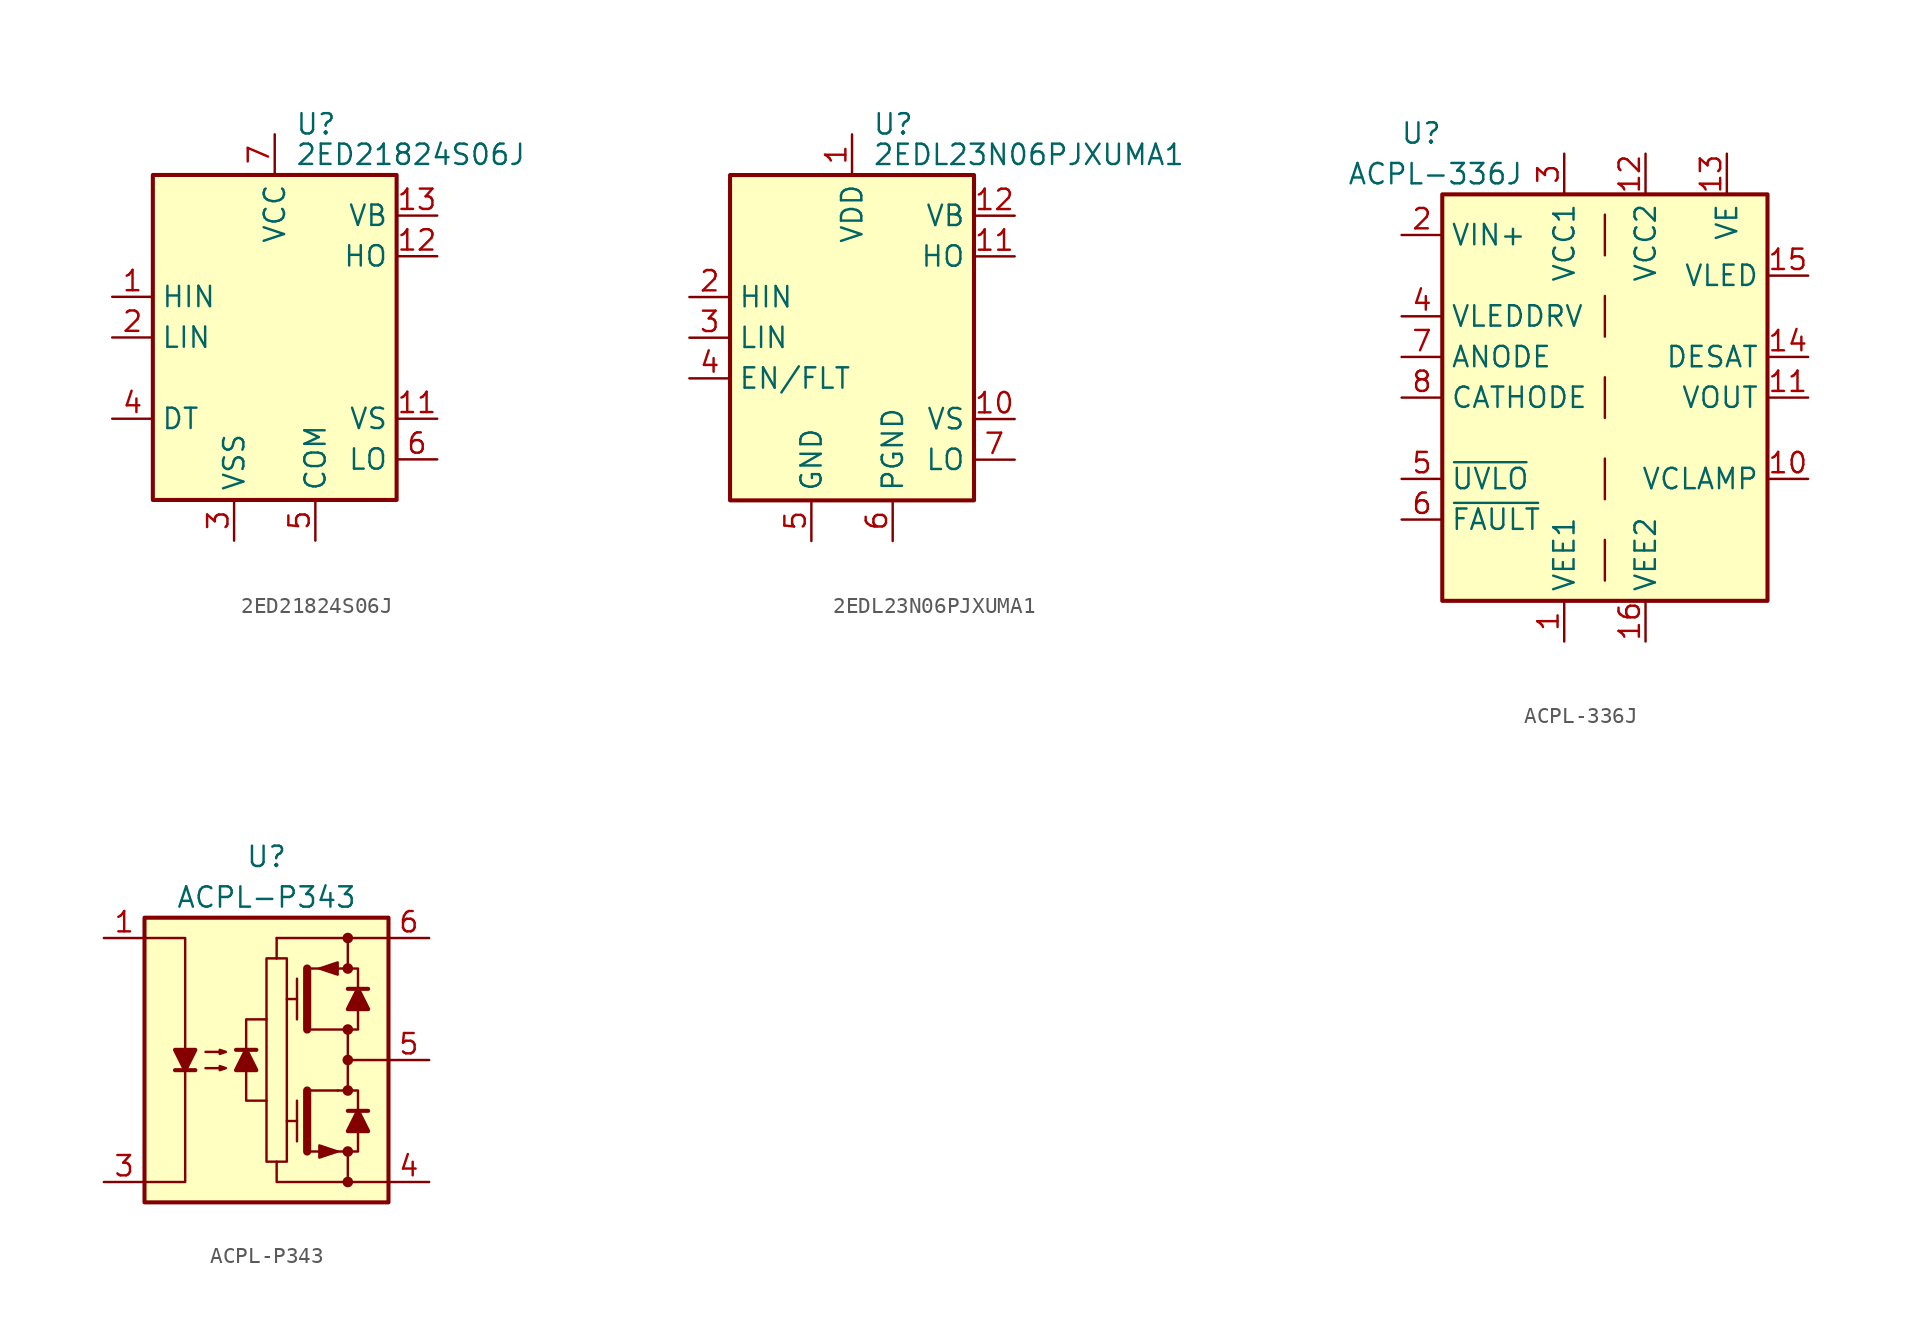
<source format=kicad_sym>
(kicad_symbol_lib
  (version 20201005)
  (generator kicad_symbol_editor)
  (symbol "Driver_FET:2ED21824S06J"
    (property "Reference" "U"
      (at 1.27 13.335 0)
      (effects (font (size 1.27 1.27)) (justify left)))
    (property "Value" "2ED21824S06J"
      (at 1.27 11.43 0)
      (effects (font (size 1.27 1.27)) (justify left)))
    (symbol "2ED21824S06J_0_1"
      (rectangle (start -7.62 -10.16) (end 7.62 10.16) (stroke (width 0.254)) (fill (type background))))
    (symbol "2ED21824S06J_1_1"
      (pin input line (at -10.16 2.54 0) (length 2.54) (name "HIN" (effects (font (size 1.27 1.27)))) (number "1" (effects (font (size 1.27 1.27)))))
      (pin no_connect line (at 7.62 -2.54 180) (length 2.54) hide (name "NC" (effects (font (size 1.27 1.27)))) (number "10" (effects (font (size 1.27 1.27)))))
      (pin passive line (at 10.16 -5.08 180) (length 2.54) (name "VS" (effects (font (size 1.27 1.27)))) (number "11" (effects (font (size 1.27 1.27)))))
      (pin output line (at 10.16 5.08 180) (length 2.54) (name "HO" (effects (font (size 1.27 1.27)))) (number "12" (effects (font (size 1.27 1.27)))))
      (pin passive line (at 10.16 7.62 180) (length 2.54) (name "VB" (effects (font (size 1.27 1.27)))) (number "13" (effects (font (size 1.27 1.27)))))
      (pin no_connect line (at 7.62 2.54 180) (length 2.54) hide (name "NC" (effects (font (size 1.27 1.27)))) (number "14" (effects (font (size 1.27 1.27)))))
      (pin input line (at -10.16 0 0) (length 2.54) (name "LIN" (effects (font (size 1.27 1.27)))) (number "2" (effects (font (size 1.27 1.27)))))
      (pin power_in line (at -2.54 -12.7 90) (length 2.54) (name "VSS" (effects (font (size 1.27 1.27)))) (number "3" (effects (font (size 1.27 1.27)))))
      (pin passive line (at -10.16 -5.08 0) (length 2.54) (name "DT" (effects (font (size 1.27 1.27)))) (number "4" (effects (font (size 1.27 1.27)))))
      (pin power_in line (at 2.54 -12.7 90) (length 2.54) (name "COM" (effects (font (size 1.27 1.27)))) (number "5" (effects (font (size 1.27 1.27)))))
      (pin output line (at 10.16 -7.62 180) (length 2.54) (name "LO" (effects (font (size 1.27 1.27)))) (number "6" (effects (font (size 1.27 1.27)))))
      (pin power_in line (at 0 12.7 270) (length 2.54) (name "VCC" (effects (font (size 1.27 1.27)))) (number "7" (effects (font (size 1.27 1.27)))))
      (pin no_connect line (at -7.62 5.08 0) (length 2.54) hide (name "NC" (effects (font (size 1.27 1.27)))) (number "8" (effects (font (size 1.27 1.27)))))
      (pin no_connect line (at -7.62 -2.54 0) (length 2.54) hide (name "NC" (effects (font (size 1.27 1.27)))) (number "9" (effects (font (size 1.27 1.27)))))))
  (symbol "Driver_FET:2EDL23N06PJXUMA1"
    (property "Reference" "U"
      (at 1.27 13.335 0)
      (effects (font (size 1.27 1.27)) (justify left)))
    (property "Value" "2EDL23N06PJXUMA1"
      (at 1.27 11.43 0)
      (effects (font (size 1.27 1.27)) (justify left)))
    (symbol "2EDL23N06PJXUMA1_0_1"
      (rectangle (start -7.62 -10.16) (end 7.62 10.16) (stroke (width 0.254)) (fill (type background))))
    (symbol "2EDL23N06PJXUMA1_1_1"
      (pin power_in line (at 0 12.7 270) (length 2.54) (name "VDD" (effects (font (size 1.27 1.27)))) (number "1" (effects (font (size 1.27 1.27)))))
      (pin passive line (at 10.16 -5.08 180) (length 2.54) (name "VS" (effects (font (size 1.27 1.27)))) (number "10" (effects (font (size 1.27 1.27)))))
      (pin output line (at 10.16 5.08 180) (length 2.54) (name "HO" (effects (font (size 1.27 1.27)))) (number "11" (effects (font (size 1.27 1.27)))))
      (pin passive line (at 10.16 7.62 180) (length 2.54) (name "VB" (effects (font (size 1.27 1.27)))) (number "12" (effects (font (size 1.27 1.27)))))
      (pin no_connect line (at 7.62 0 180) (length 2.54) hide (name "NC" (effects (font (size 1.27 1.27)))) (number "13" (effects (font (size 1.27 1.27)))))
      (pin no_connect line (at 7.62 2.54 180) (length 2.54) hide (name "NC" (effects (font (size 1.27 1.27)))) (number "14" (effects (font (size 1.27 1.27)))))
      (pin input line (at -10.16 2.54 0) (length 2.54) (name "HIN" (effects (font (size 1.27 1.27)))) (number "2" (effects (font (size 1.27 1.27)))))
      (pin input line (at -10.16 0 0) (length 2.54) (name "LIN" (effects (font (size 1.27 1.27)))) (number "3" (effects (font (size 1.27 1.27)))))
      (pin open_collector line (at -10.16 -2.54 0) (length 2.54) (name "EN/FLT" (effects (font (size 1.27 1.27)))) (number "4" (effects (font (size 1.27 1.27)))))
      (pin power_in line (at -2.54 -12.7 90) (length 2.54) (name "GND" (effects (font (size 1.27 1.27)))) (number "5" (effects (font (size 1.27 1.27)))))
      (pin power_in line (at 2.54 -12.7 90) (length 2.54) (name "PGND" (effects (font (size 1.27 1.27)))) (number "6" (effects (font (size 1.27 1.27)))))
      (pin output line (at 10.16 -7.62 180) (length 2.54) (name "LO" (effects (font (size 1.27 1.27)))) (number "7" (effects (font (size 1.27 1.27)))))
      (pin no_connect line (at -7.62 5.08 0) (length 2.54) hide (name "NC" (effects (font (size 1.27 1.27)))) (number "8" (effects (font (size 1.27 1.27)))))
      (pin no_connect line (at -7.62 -5.08 0) (length 2.54) hide (name "NC" (effects (font (size 1.27 1.27)))) (number "9" (effects (font (size 1.27 1.27)))))))
  (symbol "Driver_FET:ACPL-336J"
    (property "Reference" "U"
      (at -10.16 16.51 0)
      (effects (font (size 1.27 1.27)) (justify right)))
    (property "Value" "ACPL-336J"
      (at -5.08 13.97 0)
      (effects (font (size 1.27 1.27)) (justify right)))
    (symbol "ACPL-336J_0_1"
      (rectangle (start -10.16 12.7) (end 10.16 -12.7) (stroke (width 0.254)) (fill (type background)))
      (polyline (pts (xy 0 -11.43) (xy 0 -8.89)) (stroke (width 0)) (fill (type none)))
      (polyline (pts (xy 0 -6.35) (xy 0 -3.81)) (stroke (width 0)) (fill (type none)))
      (polyline (pts (xy 0 -1.27) (xy 0 1.27)) (stroke (width 0)) (fill (type none)))
      (polyline (pts (xy 0 3.81) (xy 0 6.35)) (stroke (width 0)) (fill (type none)))
      (polyline (pts (xy 0 8.89) (xy 0 11.43)) (stroke (width 0)) (fill (type none))))
    (symbol "ACPL-336J_1_1"
      (pin power_in line (at -2.54 -15.24 90) (length 2.54) (name "VEE1" (effects (font (size 1.27 1.27)))) (number "1" (effects (font (size 1.27 1.27)))))
      (pin bidirectional line (at 12.7 -5.08 180) (length 2.54) (name "VCLAMP" (effects (font (size 1.27 1.27)))) (number "10" (effects (font (size 1.27 1.27)))))
      (pin output line (at 12.7 0 180) (length 2.54) (name "VOUT" (effects (font (size 1.27 1.27)))) (number "11" (effects (font (size 1.27 1.27)))))
      (pin power_in line (at 2.54 15.24 270) (length 2.54) (name "VCC2" (effects (font (size 1.27 1.27)))) (number "12" (effects (font (size 1.27 1.27)))))
      (pin power_in line (at 7.62 15.24 270) (length 2.54) (name "VE" (effects (font (size 1.27 1.27)))) (number "13" (effects (font (size 1.27 1.27)))))
      (pin bidirectional line (at 12.7 2.54 180) (length 2.54) (name "DESAT" (effects (font (size 1.27 1.27)))) (number "14" (effects (font (size 1.27 1.27)))))
      (pin output line (at 12.7 7.62 180) (length 2.54) (name "VLED" (effects (font (size 1.27 1.27)))) (number "15" (effects (font (size 1.27 1.27)))))
      (pin power_in line (at 2.54 -15.24 90) (length 2.54) (name "VEE2" (effects (font (size 1.27 1.27)))) (number "16" (effects (font (size 1.27 1.27)))))
      (pin input line (at -12.7 10.16 0) (length 2.54) (name "VIN+" (effects (font (size 1.27 1.27)))) (number "2" (effects (font (size 1.27 1.27)))))
      (pin power_in line (at -2.54 15.24 270) (length 2.54) (name "VCC1" (effects (font (size 1.27 1.27)))) (number "3" (effects (font (size 1.27 1.27)))))
      (pin output line (at -12.7 5.08 0) (length 2.54) (name "VLEDDRV" (effects (font (size 1.27 1.27)))) (number "4" (effects (font (size 1.27 1.27)))))
      (pin open_collector line (at -12.7 -5.08 0) (length 2.54) (name "~UVLO" (effects (font (size 1.27 1.27)))) (number "5" (effects (font (size 1.27 1.27)))))
      (pin open_collector line (at -12.7 -7.62 0) (length 2.54) (name "~FAULT" (effects (font (size 1.27 1.27)))) (number "6" (effects (font (size 1.27 1.27)))))
      (pin passive line (at -12.7 2.54 0) (length 2.54) (name "ANODE" (effects (font (size 1.27 1.27)))) (number "7" (effects (font (size 1.27 1.27)))))
      (pin passive line (at -12.7 0 0) (length 2.54) (name "CATHODE" (effects (font (size 1.27 1.27)))) (number "8" (effects (font (size 1.27 1.27)))))
      (pin passive line (at 2.54 -15.24 90) (length 2.54) hide (name "VEE2" (effects (font (size 1.27 1.27)))) (number "9" (effects (font (size 1.27 1.27)))))))
  (symbol "Driver_FET:ACPL-P343"
    (pin_names hide)
    (property "Reference" "U"
      (at 0 12.7 0)
      (effects (font (size 1.27 1.27))))
    (property "Value" "ACPL-P343"
      (at 0 10.16 0)
      (effects (font (size 1.27 1.27))))
    (symbol "ACPL-P343_0_1"
      (circle (center 5.08 -7.62) (radius 0.254) (stroke (width 0)) (fill (type outline)))
      (circle (center 5.08 -5.715) (radius 0.254) (stroke (width 0)) (fill (type outline)))
      (circle (center 5.08 -1.905) (radius 0.254) (stroke (width 0)) (fill (type outline)))
      (circle (center 5.08 0) (radius 0.254) (stroke (width 0)) (fill (type outline)))
      (circle (center 5.08 1.905) (radius 0.254) (stroke (width 0)) (fill (type outline)))
      (circle (center 5.08 5.715) (radius 0.254) (stroke (width 0)) (fill (type outline)))
      (circle (center 5.08 7.62) (radius 0.254) (stroke (width 0)) (fill (type outline)))
      (rectangle (start -7.62 8.89) (end 7.62 -8.89) (stroke (width 0.254)) (fill (type background)))
      (rectangle (start 0.635 6.35) (end 0.635 6.35) (stroke (width 0)) (fill (type none)))
      (rectangle (start 0.635 6.35) (end 0.635 7.62) (stroke (width 0)) (fill (type none)))
      (polyline (pts (xy -5.715 -0.635) (xy -4.445 -0.635)) (stroke (width 0.254)) (fill (type none)))
      (polyline (pts (xy -0.635 0.635) (xy -1.905 0.635)) (stroke (width 0.254)) (fill (type none)))
      (polyline (pts (xy 1.27 -3.81) (xy 1.905 -3.81)) (stroke (width 0)) (fill (type none)))
      (polyline (pts (xy 1.27 3.81) (xy 1.905 3.81)) (stroke (width 0)) (fill (type none)))
      (polyline (pts (xy 1.905 -5.08) (xy 1.905 -2.54)) (stroke (width 0)) (fill (type none)))
      (polyline (pts (xy 1.905 2.54) (xy 1.905 5.08)) (stroke (width 0)) (fill (type none)))
      (polyline (pts (xy 2.54 -5.715) (xy 2.54 -1.905)) (stroke (width 0.508)) (fill (type none)))
      (polyline (pts (xy 2.54 1.905) (xy 2.54 5.715)) (stroke (width 0.508)) (fill (type none)))
      (polyline (pts (xy 4.445 -1.905) (xy 2.54 -1.905)) (stroke (width 0)) (fill (type none)))
      (polyline (pts (xy 4.445 5.715) (xy 2.54 5.715)) (stroke (width 0)) (fill (type none)))
      (polyline (pts (xy 5.08 -5.715) (xy 5.08 -7.62)) (stroke (width 0)) (fill (type none)))
      (polyline (pts (xy 5.08 0) (xy 7.62 0)) (stroke (width 0)) (fill (type none)))
      (polyline (pts (xy 5.08 1.905) (xy 5.08 -1.905)) (stroke (width 0)) (fill (type none)))
      (polyline (pts (xy 5.08 7.62) (xy 5.08 5.715)) (stroke (width 0)) (fill (type none)))
      (polyline (pts (xy 6.35 -3.175) (xy 5.08 -3.175)) (stroke (width 0.254)) (fill (type none)))
      (polyline (pts (xy 6.35 4.445) (xy 5.08 4.445)) (stroke (width 0.254)) (fill (type none)))
      (polyline (pts (xy 7.62 7.62) (xy 0.635 7.62)) (stroke (width 0)) (fill (type none)))
      (polyline (pts (xy -1.27 -0.635) (xy -1.27 -2.54) (xy 0 -2.54)) (stroke (width 0)) (fill (type none)))
      (polyline (pts (xy -1.27 0.635) (xy -1.27 2.54) (xy 0 2.54)) (stroke (width 0)) (fill (type none)))
      (polyline (pts (xy 0.635 -6.35) (xy 0.635 -7.62) (xy 7.62 -7.62)) (stroke (width 0)) (fill (type none)))
      (polyline (pts (xy 4.445 -1.905) (xy 5.715 -1.905) (xy 5.715 -3.175)) (stroke (width 0)) (fill (type none)))
      (polyline (pts (xy 4.445 5.715) (xy 5.715 5.715) (xy 5.715 4.445)) (stroke (width 0)) (fill (type none)))
      (polyline (pts (xy 5.715 -4.445) (xy 5.715 -5.715) (xy 2.54 -5.715)) (stroke (width 0)) (fill (type none)))
      (polyline (pts (xy 5.715 3.175) (xy 5.715 1.905) (xy 2.54 1.905)) (stroke (width 0)) (fill (type none)))
      (polyline (pts (xy -7.62 7.62) (xy -5.08 7.62) (xy -5.08 -7.62) (xy -7.62 -7.62)) (stroke (width 0)) (fill (type none)))
      (polyline (pts (xy -5.08 -0.635) (xy -5.715 0.635) (xy -4.445 0.635) (xy -5.08 -0.635)) (stroke (width 0.254)) (fill (type outline)))
      (polyline (pts (xy -1.27 0.635) (xy -0.635 -0.635) (xy -1.905 -0.635) (xy -1.27 0.635)) (stroke (width 0.254)) (fill (type outline)))
      (polyline (pts (xy 3.302 5.715) (xy 4.445 6.096) (xy 4.445 5.334) (xy 3.302 5.715)) (stroke (width 0)) (fill (type outline)))
      (polyline (pts (xy 4.445 -5.715) (xy 3.302 -5.334) (xy 3.302 -6.096) (xy 4.445 -5.715)) (stroke (width 0)) (fill (type outline)))
      (polyline (pts (xy 5.715 -3.175) (xy 6.35 -4.445) (xy 5.08 -4.445) (xy 5.715 -3.175)) (stroke (width 0.254)) (fill (type outline)))
      (polyline (pts (xy 5.715 4.445) (xy 6.35 3.175) (xy 5.08 3.175) (xy 5.715 4.445)) (stroke (width 0.254)) (fill (type outline)))
      (polyline (pts (xy -3.81 -0.508) (xy -2.54 -0.508) (xy -2.921 -0.635) (xy -2.921 -0.381) (xy -2.54 -0.508)) (stroke (width 0)) (fill (type none)))
      (polyline (pts (xy -3.81 0.508) (xy -2.54 0.508) (xy -2.921 0.381) (xy -2.921 0.635) (xy -2.54 0.508)) (stroke (width 0)) (fill (type none)))
      (polyline (pts (xy 1.27 6.35) (xy 1.27 -6.35) (xy 0 -6.35) (xy 0 6.35) (xy 1.27 6.35)) (stroke (width 0)) (fill (type none))))
    (symbol "ACPL-P343_1_1"
      (pin passive line (at -10.16 7.62 0) (length 2.54) (name "A" (effects (font (size 1.27 1.27)))) (number "1" (effects (font (size 1.27 1.27)))))
      (pin no_connect line (at -7.62 0 0) (length 2.54) hide (name "NC" (effects (font (size 1.27 1.27)))) (number "2" (effects (font (size 1.27 1.27)))))
      (pin passive line (at -10.16 -7.62 0) (length 2.54) (name "C" (effects (font (size 1.27 1.27)))) (number "3" (effects (font (size 1.27 1.27)))))
      (pin power_in line (at 10.16 -7.62 180) (length 2.54) (name "VEE" (effects (font (size 1.27 1.27)))) (number "4" (effects (font (size 1.27 1.27)))))
      (pin output line (at 10.16 0 180) (length 2.54) (name "VO" (effects (font (size 1.27 1.27)))) (number "5" (effects (font (size 1.27 1.27)))))
      (pin power_in line (at 10.16 7.62 180) (length 2.54) (name "VCC" (effects (font (size 1.27 1.27)))) (number "6" (effects (font (size 1.27 1.27))))))))
</source>
